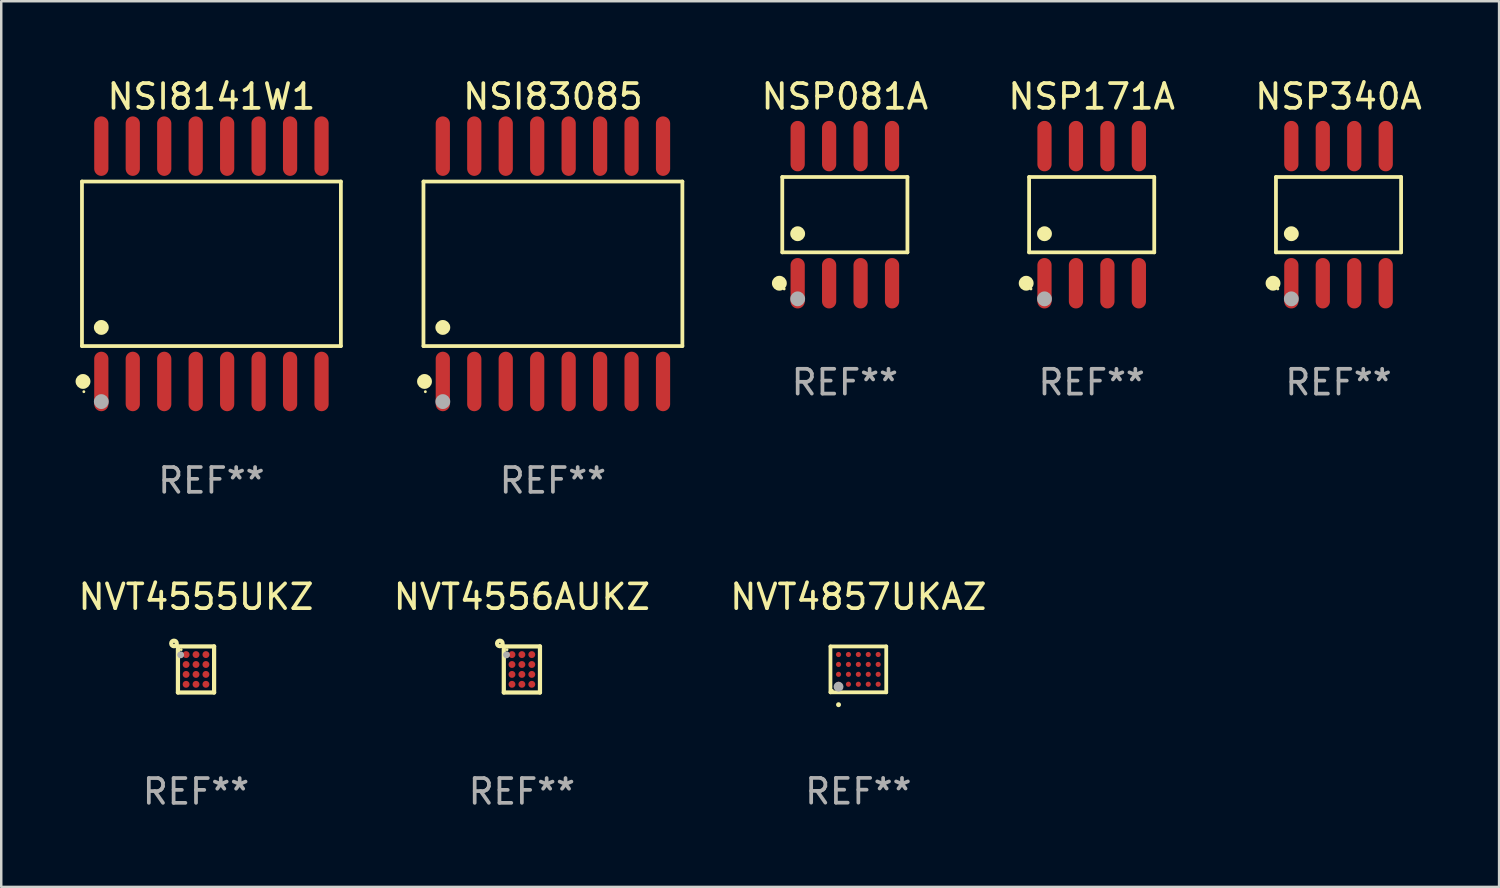
<source format=kicad_pcb>
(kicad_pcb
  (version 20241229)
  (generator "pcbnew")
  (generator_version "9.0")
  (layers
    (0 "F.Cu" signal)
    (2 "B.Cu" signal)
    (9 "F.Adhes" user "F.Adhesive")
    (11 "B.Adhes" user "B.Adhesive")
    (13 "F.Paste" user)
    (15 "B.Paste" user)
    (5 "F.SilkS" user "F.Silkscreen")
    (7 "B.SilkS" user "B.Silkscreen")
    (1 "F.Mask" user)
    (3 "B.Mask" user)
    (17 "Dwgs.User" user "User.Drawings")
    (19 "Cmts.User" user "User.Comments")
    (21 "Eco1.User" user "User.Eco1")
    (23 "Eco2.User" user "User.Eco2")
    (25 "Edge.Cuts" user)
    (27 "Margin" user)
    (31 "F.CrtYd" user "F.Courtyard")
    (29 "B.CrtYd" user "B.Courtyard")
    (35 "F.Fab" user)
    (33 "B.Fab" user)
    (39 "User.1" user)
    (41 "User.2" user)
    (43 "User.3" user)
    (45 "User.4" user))
  (footprint "NSP340A"
    (layer "F.Cu")
    (at 50.985 5.616)
    (property "Reference" "NSP340A" (at 0 -4.768 0) (layer "F.SilkS") (effects (font (size 1 1) (thickness 0.15))))
    (attr through_hole)
    (fp_line (start -2.526 -1.521) (end 2.526 -1.521) (stroke (width 0.152) (type solid)) (layer "F.SilkS"))
    (fp_line (start -2.526 1.521) (end -2.526 -1.521) (stroke (width 0.152) (type solid)) (layer "F.SilkS"))
    (fp_line (start 2.526 -1.521) (end 2.526 1.521) (stroke (width 0.152) (type solid)) (layer "F.SilkS"))
    (fp_line (start 2.526 1.521) (end -2.526 1.521) (stroke (width 0.152) (type solid)) (layer "F.SilkS"))
    (fp_circle (center -2.644 2.768) (end -2.494 2.768) (stroke (width 0.3) (type solid)) (fill no) (layer "F.SilkS"))
    (fp_circle (center -2.45 2.998) (end -2.42 2.998) (stroke (width 0.06) (type solid)) (fill no) (layer "F.SilkS"))
    (fp_circle (center -1.905 0.769) (end -1.755 0.769) (stroke (width 0.3) (type solid)) (fill no) (layer "F.SilkS"))
    (fp_circle (center -1.905 3.398) (end -1.755 3.398) (stroke (width 0.3) (type solid)) (fill no) (layer "F.Fab"))
    (fp_text user "REF**" (at 0 6.768 0) (layer "F.Fab") (effects (font (size 1 1) (thickness 0.15))))
    (pad "1" smd oval (at -1.905 2.768) (size 0.574 2.036) (layers "F.Cu" "F.Mask" "F.Paste"))
    (pad "2" smd oval (at -0.635 2.768) (size 0.574 2.036) (layers "F.Cu" "F.Mask" "F.Paste"))
    (pad "3" smd oval (at 0.635 2.768) (size 0.574 2.036) (layers "F.Cu" "F.Mask" "F.Paste"))
    (pad "4" smd oval (at 1.905 2.768) (size 0.574 2.036) (layers "F.Cu" "F.Mask" "F.Paste"))
    (pad "5" smd oval (at 1.905 -2.768) (size 0.574 2.036) (layers "F.Cu" "F.Mask" "F.Paste"))
    (pad "6" smd oval (at 0.635 -2.768) (size 0.574 2.036) (layers "F.Cu" "F.Mask" "F.Paste"))
    (pad "7" smd oval (at -0.635 -2.768) (size 0.574 2.036) (layers "F.Cu" "F.Mask" "F.Paste"))
    (pad "8" smd oval (at -1.905 -2.768) (size 0.574 2.036) (layers "F.Cu" "F.Mask" "F.Paste")))
  (footprint "NVT4556AUKZ"
    (layer "F.Cu")
    (at 18.018 23.975)
    (property "Reference" "NVT4556AUKZ" (at 0 -2.93 0) (layer "F.SilkS") (effects (font (size 1 1) (thickness 0.15))))
    (attr through_hole)
    (fp_line (start -0.73 -0.929) (end 0.73 -0.93) (stroke (width 0.17) (type solid)) (layer "F.SilkS"))
    (fp_line (start -0.73 0.93) (end -0.73 -0.929) (stroke (width 0.17) (type solid)) (layer "F.SilkS"))
    (fp_line (start 0.73 -0.93) (end 0.73 0.93) (stroke (width 0.17) (type solid)) (layer "F.SilkS"))
    (fp_line (start 0.73 0.93) (end -0.73 0.93) (stroke (width 0.17) (type solid)) (layer "F.SilkS"))
    (fp_circle (center -0.89 -1.05) (end -0.778 -1.05) (stroke (width 0.17) (type solid)) (fill no) (layer "F.SilkS"))
    (fp_circle (center -0.6 -0.8) (end -0.57 -0.8) (stroke (width 0.06) (type solid)) (fill no) (layer "F.SilkS"))
    (fp_circle (center -0.62 -0.59) (end -0.55 -0.59) (stroke (width 0.14) (type solid)) (fill no) (layer "F.Fab"))
    (fp_text user "REF**" (at 0 4.93 0) (layer "F.Fab") (effects (font (size 1 1) (thickness 0.15))))
    (pad "A1" smd circle (at -0.4 -0.6) (size 0.28 0.28) (layers "F.Cu" "F.Mask" "F.Paste"))
    (pad "A2" smd circle (at 0.000102 -0.6) (size 0.28 0.28) (layers "F.Cu" "F.Mask" "F.Paste"))
    (pad "A3" smd circle (at 0.4 -0.6) (size 0.28 0.28) (layers "F.Cu" "F.Mask" "F.Paste"))
    (pad "B1" smd circle (at -0.4 -0.2) (size 0.28 0.28) (layers "F.Cu" "F.Mask" "F.Paste"))
    (pad "B2" smd circle (at 0.000102 -0.2) (size 0.28 0.28) (layers "F.Cu" "F.Mask" "F.Paste"))
    (pad "B3" smd circle (at 0.4 -0.2) (size 0.28 0.28) (layers "F.Cu" "F.Mask" "F.Paste"))
    (pad "C1" smd circle (at -0.4 0.2) (size 0.28 0.28) (layers "F.Cu" "F.Mask" "F.Paste"))
    (pad "C2" smd circle (at 0.000102 0.2) (size 0.28 0.28) (layers "F.Cu" "F.Mask" "F.Paste"))
    (pad "C3" smd circle (at 0.4 0.2) (size 0.28 0.28) (layers "F.Cu" "F.Mask" "F.Paste"))
    (pad "D1" smd circle (at -0.4 0.6) (size 0.28 0.28) (layers "F.Cu" "F.Mask" "F.Paste"))
    (pad "D2" smd circle (at 0.000102 0.6) (size 0.28 0.28) (layers "F.Cu" "F.Mask" "F.Paste"))
    (pad "D3" smd circle (at 0.4 0.6) (size 0.28 0.28) (layers "F.Cu" "F.Mask" "F.Paste")))
  (footprint "NVT4555UKZ"
    (layer "F.Cu")
    (at 4.863 23.975)
    (property "Reference" "NVT4555UKZ" (at 0 -2.93 0) (layer "F.SilkS") (effects (font (size 1 1) (thickness 0.15))))
    (attr through_hole)
    (fp_line (start -0.73 -0.929) (end 0.73 -0.93) (stroke (width 0.17) (type solid)) (layer "F.SilkS"))
    (fp_line (start -0.73 0.93) (end -0.73 -0.929) (stroke (width 0.17) (type solid)) (layer "F.SilkS"))
    (fp_line (start 0.73 -0.93) (end 0.73 0.93) (stroke (width 0.17) (type solid)) (layer "F.SilkS"))
    (fp_line (start 0.73 0.93) (end -0.73 0.93) (stroke (width 0.17) (type solid)) (layer "F.SilkS"))
    (fp_circle (center -0.89 -1.05) (end -0.778 -1.05) (stroke (width 0.17) (type solid)) (fill no) (layer "F.SilkS"))
    (fp_circle (center -0.6 -0.8) (end -0.57 -0.8) (stroke (width 0.06) (type solid)) (fill no) (layer "F.SilkS"))
    (fp_circle (center -0.62 -0.59) (end -0.55 -0.59) (stroke (width 0.14) (type solid)) (fill no) (layer "F.Fab"))
    (fp_text user "REF**" (at 0 4.93 0) (layer "F.Fab") (effects (font (size 1 1) (thickness 0.15))))
    (pad "A1" smd circle (at -0.4 -0.6) (size 0.28 0.28) (layers "F.Cu" "F.Mask" "F.Paste"))
    (pad "A2" smd circle (at 0.000102 -0.6) (size 0.28 0.28) (layers "F.Cu" "F.Mask" "F.Paste"))
    (pad "A3" smd circle (at 0.4 -0.6) (size 0.28 0.28) (layers "F.Cu" "F.Mask" "F.Paste"))
    (pad "B1" smd circle (at -0.4 -0.2) (size 0.28 0.28) (layers "F.Cu" "F.Mask" "F.Paste"))
    (pad "B2" smd circle (at 0.000102 -0.2) (size 0.28 0.28) (layers "F.Cu" "F.Mask" "F.Paste"))
    (pad "B3" smd circle (at 0.4 -0.2) (size 0.28 0.28) (layers "F.Cu" "F.Mask" "F.Paste"))
    (pad "C1" smd circle (at -0.4 0.2) (size 0.28 0.28) (layers "F.Cu" "F.Mask" "F.Paste"))
    (pad "C2" smd circle (at 0.000102 0.2) (size 0.28 0.28) (layers "F.Cu" "F.Mask" "F.Paste"))
    (pad "C3" smd circle (at 0.4 0.2) (size 0.28 0.28) (layers "F.Cu" "F.Mask" "F.Paste"))
    (pad "D1" smd circle (at -0.4 0.6) (size 0.28 0.28) (layers "F.Cu" "F.Mask" "F.Paste"))
    (pad "D2" smd circle (at 0.000102 0.6) (size 0.28 0.28) (layers "F.Cu" "F.Mask" "F.Paste"))
    (pad "D3" smd circle (at 0.4 0.6) (size 0.28 0.28) (layers "F.Cu" "F.Mask" "F.Paste")))
  (footprint "NSP081A"
    (layer "F.Cu")
    (at 31.056 5.616)
    (property "Reference" "NSP081A" (at 0 -4.768 0) (layer "F.SilkS") (effects (font (size 1 1) (thickness 0.15))))
    (attr through_hole)
    (fp_line (start -2.526 -1.521) (end 2.526 -1.521) (stroke (width 0.152) (type solid)) (layer "F.SilkS"))
    (fp_line (start -2.526 1.521) (end -2.526 -1.521) (stroke (width 0.152) (type solid)) (layer "F.SilkS"))
    (fp_line (start 2.526 -1.521) (end 2.526 1.521) (stroke (width 0.152) (type solid)) (layer "F.SilkS"))
    (fp_line (start 2.526 1.521) (end -2.526 1.521) (stroke (width 0.152) (type solid)) (layer "F.SilkS"))
    (fp_circle (center -2.644 2.768) (end -2.494 2.768) (stroke (width 0.3) (type solid)) (fill no) (layer "F.SilkS"))
    (fp_circle (center -2.45 2.998) (end -2.42 2.998) (stroke (width 0.06) (type solid)) (fill no) (layer "F.SilkS"))
    (fp_circle (center -1.905 0.769) (end -1.755 0.769) (stroke (width 0.3) (type solid)) (fill no) (layer "F.SilkS"))
    (fp_circle (center -1.905 3.398) (end -1.755 3.398) (stroke (width 0.3) (type solid)) (fill no) (layer "F.Fab"))
    (fp_text user "REF**" (at 0 6.768 0) (layer "F.Fab") (effects (font (size 1 1) (thickness 0.15))))
    (pad "1" smd oval (at -1.905 2.768) (size 0.574 2.036) (layers "F.Cu" "F.Mask" "F.Paste"))
    (pad "2" smd oval (at -0.635 2.768) (size 0.574 2.036) (layers "F.Cu" "F.Mask" "F.Paste"))
    (pad "3" smd oval (at 0.635 2.768) (size 0.574 2.036) (layers "F.Cu" "F.Mask" "F.Paste"))
    (pad "4" smd oval (at 1.905 2.768) (size 0.574 2.036) (layers "F.Cu" "F.Mask" "F.Paste"))
    (pad "5" smd oval (at 1.905 -2.768) (size 0.574 2.036) (layers "F.Cu" "F.Mask" "F.Paste"))
    (pad "6" smd oval (at 0.635 -2.768) (size 0.574 2.036) (layers "F.Cu" "F.Mask" "F.Paste"))
    (pad "7" smd oval (at -0.635 -2.768) (size 0.574 2.036) (layers "F.Cu" "F.Mask" "F.Paste"))
    (pad "8" smd oval (at -1.905 -2.768) (size 0.574 2.036) (layers "F.Cu" "F.Mask" "F.Paste")))
  (footprint "NVT4857UKAZ"
    (layer "F.Cu")
    (at 31.601 23.972)
    (property "Reference" "NVT4857UKAZ" (at 0 -2.926 0) (layer "F.SilkS") (effects (font (size 1 1) (thickness 0.15))))
    (attr through_hole)
    (fp_line (start -1.126 -0.926) (end 1.126 -0.926) (stroke (width 0.152) (type solid)) (layer "F.SilkS"))
    (fp_line (start -1.126 0.926) (end -1.126 -0.926) (stroke (width 0.152) (type solid)) (layer "F.SilkS"))
    (fp_line (start 1.126 -0.926) (end 1.126 0.926) (stroke (width 0.152) (type solid)) (layer "F.SilkS"))
    (fp_line (start 1.126 0.926) (end -1.126 0.926) (stroke (width 0.152) (type solid)) (layer "F.SilkS"))
    (fp_circle (center -1.05 0.85) (end -1.02 0.85) (stroke (width 0.06) (type solid)) (fill no) (layer "F.SilkS"))
    (fp_circle (center -0.8 1.426) (end -0.75 1.426) (stroke (width 0.1) (type solid)) (fill no) (layer "F.SilkS"))
    (fp_circle (center -0.8 0.7) (end -0.7 0.7) (stroke (width 0.2) (type solid)) (fill no) (layer "F.Fab"))
    (fp_text user "REF**" (at 0 4.926 0) (layer "F.Fab") (effects (font (size 1 1) (thickness 0.15))))
    (pad "A1" smd circle (at -0.8 0.6) (size 0.208 0.208) (layers "F.Cu" "F.Mask" "F.Paste"))
    (pad "A2" smd circle (at -0.8 0.2) (size 0.208 0.208) (layers "F.Cu" "F.Mask" "F.Paste"))
    (pad "A3" smd circle (at -0.8 -0.2) (size 0.208 0.208) (layers "F.Cu" "F.Mask" "F.Paste"))
    (pad "A4" smd circle (at -0.8 -0.6) (size 0.208 0.208) (layers "F.Cu" "F.Mask" "F.Paste"))
    (pad "B1" smd circle (at -0.4 0.6) (size 0.208 0.208) (layers "F.Cu" "F.Mask" "F.Paste"))
    (pad "B2" smd circle (at -0.4 0.2) (size 0.208 0.208) (layers "F.Cu" "F.Mask" "F.Paste"))
    (pad "B3" smd circle (at -0.4 -0.2) (size 0.208 0.208) (layers "F.Cu" "F.Mask" "F.Paste"))
    (pad "B4" smd circle (at -0.4 -0.6) (size 0.208 0.208) (layers "F.Cu" "F.Mask" "F.Paste"))
    (pad "C1" smd circle (at -0.000013 0.6) (size 0.208 0.208) (layers "F.Cu" "F.Mask" "F.Paste"))
    (pad "C2" smd circle (at -0.000013 0.2) (size 0.208 0.208) (layers "F.Cu" "F.Mask" "F.Paste"))
    (pad "C3" smd circle (at -0.000013 -0.2) (size 0.208 0.208) (layers "F.Cu" "F.Mask" "F.Paste"))
    (pad "C4" smd circle (at -0.000013 -0.6) (size 0.208 0.208) (layers "F.Cu" "F.Mask" "F.Paste"))
    (pad "D1" smd circle (at 0.4 0.6) (size 0.208 0.208) (layers "F.Cu" "F.Mask" "F.Paste"))
    (pad "D2" smd circle (at 0.4 0.2) (size 0.208 0.208) (layers "F.Cu" "F.Mask" "F.Paste"))
    (pad "D3" smd circle (at 0.4 -0.2) (size 0.208 0.208) (layers "F.Cu" "F.Mask" "F.Paste"))
    (pad "D4" smd circle (at 0.4 -0.6) (size 0.208 0.208) (layers "F.Cu" "F.Mask" "F.Paste"))
    (pad "E1" smd circle (at 0.8 0.6) (size 0.208 0.208) (layers "F.Cu" "F.Mask" "F.Paste"))
    (pad "E2" smd circle (at 0.8 0.2) (size 0.208 0.208) (layers "F.Cu" "F.Mask" "F.Paste"))
    (pad "E3" smd circle (at 0.8 -0.2) (size 0.208 0.208) (layers "F.Cu" "F.Mask" "F.Paste"))
    (pad "E4" smd circle (at 0.8 -0.6) (size 0.208 0.208) (layers "F.Cu" "F.Mask" "F.Paste")))
  (footprint "NSI83085"
    (layer "F.Cu")
    (at 19.271 7.599)
    (property "Reference" "NSI83085" (at 0 -6.75 0) (layer "F.SilkS") (effects (font (size 1 1) (thickness 0.15))))
    (attr through_hole)
    (fp_line (start -5.226 -3.321) (end 5.226 -3.321) (stroke (width 0.152) (type solid)) (layer "F.SilkS"))
    (fp_line (start -5.226 3.321) (end -5.226 -3.321) (stroke (width 0.152) (type solid)) (layer "F.SilkS"))
    (fp_line (start 5.226 -3.321) (end 5.226 3.321) (stroke (width 0.152) (type solid)) (layer "F.SilkS"))
    (fp_line (start 5.226 3.321) (end -5.226 3.321) (stroke (width 0.152) (type solid)) (layer "F.SilkS"))
    (fp_circle (center -5.184 4.75) (end -5.034 4.75) (stroke (width 0.3) (type solid)) (fill no) (layer "F.SilkS"))
    (fp_circle (center -5.15 5.163) (end -5.12 5.163) (stroke (width 0.06) (type solid)) (fill no) (layer "F.SilkS"))
    (fp_circle (center -4.445 2.569) (end -4.295 2.569) (stroke (width 0.3) (type solid)) (fill no) (layer "F.SilkS"))
    (fp_circle (center -4.445 5.563) (end -4.295 5.563) (stroke (width 0.3) (type solid)) (fill no) (layer "F.Fab"))
    (fp_text user "REF**" (at 0 8.75 0) (layer "F.Fab") (effects (font (size 1 1) (thickness 0.15))))
    (pad "1" smd oval (at -4.445 4.75) (size 0.574 2.401) (layers "F.Cu" "F.Mask" "F.Paste"))
    (pad "2" smd oval (at -3.175 4.75) (size 0.574 2.401) (layers "F.Cu" "F.Mask" "F.Paste"))
    (pad "3" smd oval (at -1.905 4.75) (size 0.574 2.401) (layers "F.Cu" "F.Mask" "F.Paste"))
    (pad "4" smd oval (at -0.635 4.75) (size 0.574 2.401) (layers "F.Cu" "F.Mask" "F.Paste"))
    (pad "5" smd oval (at 0.635 4.75) (size 0.574 2.401) (layers "F.Cu" "F.Mask" "F.Paste"))
    (pad "6" smd oval (at 1.905 4.75) (size 0.574 2.401) (layers "F.Cu" "F.Mask" "F.Paste"))
    (pad "7" smd oval (at 3.175 4.75) (size 0.574 2.401) (layers "F.Cu" "F.Mask" "F.Paste"))
    (pad "8" smd oval (at 4.445 4.75) (size 0.574 2.401) (layers "F.Cu" "F.Mask" "F.Paste"))
    (pad "9" smd oval (at 4.445 -4.75) (size 0.574 2.401) (layers "F.Cu" "F.Mask" "F.Paste"))
    (pad "10" smd oval (at 3.175 -4.75) (size 0.574 2.401) (layers "F.Cu" "F.Mask" "F.Paste"))
    (pad "11" smd oval (at 1.905 -4.75) (size 0.574 2.401) (layers "F.Cu" "F.Mask" "F.Paste"))
    (pad "12" smd oval (at 0.635 -4.75) (size 0.574 2.401) (layers "F.Cu" "F.Mask" "F.Paste"))
    (pad "13" smd oval (at -0.635 -4.75) (size 0.574 2.401) (layers "F.Cu" "F.Mask" "F.Paste"))
    (pad "14" smd oval (at -1.905 -4.75) (size 0.574 2.401) (layers "F.Cu" "F.Mask" "F.Paste"))
    (pad "15" smd oval (at -3.175 -4.75) (size 0.574 2.401) (layers "F.Cu" "F.Mask" "F.Paste"))
    (pad "16" smd oval (at -4.445 -4.75) (size 0.574 2.401) (layers "F.Cu" "F.Mask" "F.Paste")))
  (footprint "NSP171A"
    (layer "F.Cu")
    (at 41.02 5.616)
    (property "Reference" "NSP171A" (at 0 -4.768 0) (layer "F.SilkS") (effects (font (size 1 1) (thickness 0.15))))
    (attr through_hole)
    (fp_line (start -2.526 -1.521) (end 2.526 -1.521) (stroke (width 0.152) (type solid)) (layer "F.SilkS"))
    (fp_line (start -2.526 1.521) (end -2.526 -1.521) (stroke (width 0.152) (type solid)) (layer "F.SilkS"))
    (fp_line (start 2.526 -1.521) (end 2.526 1.521) (stroke (width 0.152) (type solid)) (layer "F.SilkS"))
    (fp_line (start 2.526 1.521) (end -2.526 1.521) (stroke (width 0.152) (type solid)) (layer "F.SilkS"))
    (fp_circle (center -2.644 2.768) (end -2.494 2.768) (stroke (width 0.3) (type solid)) (fill no) (layer "F.SilkS"))
    (fp_circle (center -2.45 2.998) (end -2.42 2.998) (stroke (width 0.06) (type solid)) (fill no) (layer "F.SilkS"))
    (fp_circle (center -1.905 0.769) (end -1.755 0.769) (stroke (width 0.3) (type solid)) (fill no) (layer "F.SilkS"))
    (fp_circle (center -1.905 3.398) (end -1.755 3.398) (stroke (width 0.3) (type solid)) (fill no) (layer "F.Fab"))
    (fp_text user "REF**" (at 0 6.768 0) (layer "F.Fab") (effects (font (size 1 1) (thickness 0.15))))
    (pad "1" smd oval (at -1.905 2.768) (size 0.574 2.036) (layers "F.Cu" "F.Mask" "F.Paste"))
    (pad "2" smd oval (at -0.635 2.768) (size 0.574 2.036) (layers "F.Cu" "F.Mask" "F.Paste"))
    (pad "3" smd oval (at 0.635 2.768) (size 0.574 2.036) (layers "F.Cu" "F.Mask" "F.Paste"))
    (pad "4" smd oval (at 1.905 2.768) (size 0.574 2.036) (layers "F.Cu" "F.Mask" "F.Paste"))
    (pad "5" smd oval (at 1.905 -2.768) (size 0.574 2.036) (layers "F.Cu" "F.Mask" "F.Paste"))
    (pad "6" smd oval (at 0.635 -2.768) (size 0.574 2.036) (layers "F.Cu" "F.Mask" "F.Paste"))
    (pad "7" smd oval (at -0.635 -2.768) (size 0.574 2.036) (layers "F.Cu" "F.Mask" "F.Paste"))
    (pad "8" smd oval (at -1.905 -2.768) (size 0.574 2.036) (layers "F.Cu" "F.Mask" "F.Paste")))
  (footprint "NSI8141W1"
    (layer "F.Cu")
    (at 5.485 7.599)
    (property "Reference" "NSI8141W1" (at 0 -6.75 0) (layer "F.SilkS") (effects (font (size 1 1) (thickness 0.15))))
    (attr through_hole)
    (fp_line (start -5.226 -3.321) (end 5.226 -3.321) (stroke (width 0.152) (type solid)) (layer "F.SilkS"))
    (fp_line (start -5.226 3.321) (end -5.226 -3.321) (stroke (width 0.152) (type solid)) (layer "F.SilkS"))
    (fp_line (start 5.226 -3.321) (end 5.226 3.321) (stroke (width 0.152) (type solid)) (layer "F.SilkS"))
    (fp_line (start 5.226 3.321) (end -5.226 3.321) (stroke (width 0.152) (type solid)) (layer "F.SilkS"))
    (fp_circle (center -5.184 4.75) (end -5.034 4.75) (stroke (width 0.3) (type solid)) (fill no) (layer "F.SilkS"))
    (fp_circle (center -5.15 5.163) (end -5.12 5.163) (stroke (width 0.06) (type solid)) (fill no) (layer "F.SilkS"))
    (fp_circle (center -4.445 2.569) (end -4.295 2.569) (stroke (width 0.3) (type solid)) (fill no) (layer "F.SilkS"))
    (fp_circle (center -4.445 5.563) (end -4.295 5.563) (stroke (width 0.3) (type solid)) (fill no) (layer "F.Fab"))
    (fp_text user "REF**" (at 0 8.75 0) (layer "F.Fab") (effects (font (size 1 1) (thickness 0.15))))
    (pad "1" smd oval (at -4.445 4.75) (size 0.574 2.401) (layers "F.Cu" "F.Mask" "F.Paste"))
    (pad "2" smd oval (at -3.175 4.75) (size 0.574 2.401) (layers "F.Cu" "F.Mask" "F.Paste"))
    (pad "3" smd oval (at -1.905 4.75) (size 0.574 2.401) (layers "F.Cu" "F.Mask" "F.Paste"))
    (pad "4" smd oval (at -0.635 4.75) (size 0.574 2.401) (layers "F.Cu" "F.Mask" "F.Paste"))
    (pad "5" smd oval (at 0.635 4.75) (size 0.574 2.401) (layers "F.Cu" "F.Mask" "F.Paste"))
    (pad "6" smd oval (at 1.905 4.75) (size 0.574 2.401) (layers "F.Cu" "F.Mask" "F.Paste"))
    (pad "7" smd oval (at 3.175 4.75) (size 0.574 2.401) (layers "F.Cu" "F.Mask" "F.Paste"))
    (pad "8" smd oval (at 4.445 4.75) (size 0.574 2.401) (layers "F.Cu" "F.Mask" "F.Paste"))
    (pad "9" smd oval (at 4.445 -4.75) (size 0.574 2.401) (layers "F.Cu" "F.Mask" "F.Paste"))
    (pad "10" smd oval (at 3.175 -4.75) (size 0.574 2.401) (layers "F.Cu" "F.Mask" "F.Paste"))
    (pad "11" smd oval (at 1.905 -4.75) (size 0.574 2.401) (layers "F.Cu" "F.Mask" "F.Paste"))
    (pad "12" smd oval (at 0.635 -4.75) (size 0.574 2.401) (layers "F.Cu" "F.Mask" "F.Paste"))
    (pad "13" smd oval (at -0.635 -4.75) (size 0.574 2.401) (layers "F.Cu" "F.Mask" "F.Paste"))
    (pad "14" smd oval (at -1.905 -4.75) (size 0.574 2.401) (layers "F.Cu" "F.Mask" "F.Paste"))
    (pad "15" smd oval (at -3.175 -4.75) (size 0.574 2.401) (layers "F.Cu" "F.Mask" "F.Paste"))
    (pad "16" smd oval (at -4.445 -4.75) (size 0.574 2.401) (layers "F.Cu" "F.Mask" "F.Paste")))
  (gr_rect
    (start -3 -3)
    (end 57.467 32.754)
    (stroke (width 0.1) (type default))
    (fill no)
    (layer "Edge.Cuts")))
</source>
